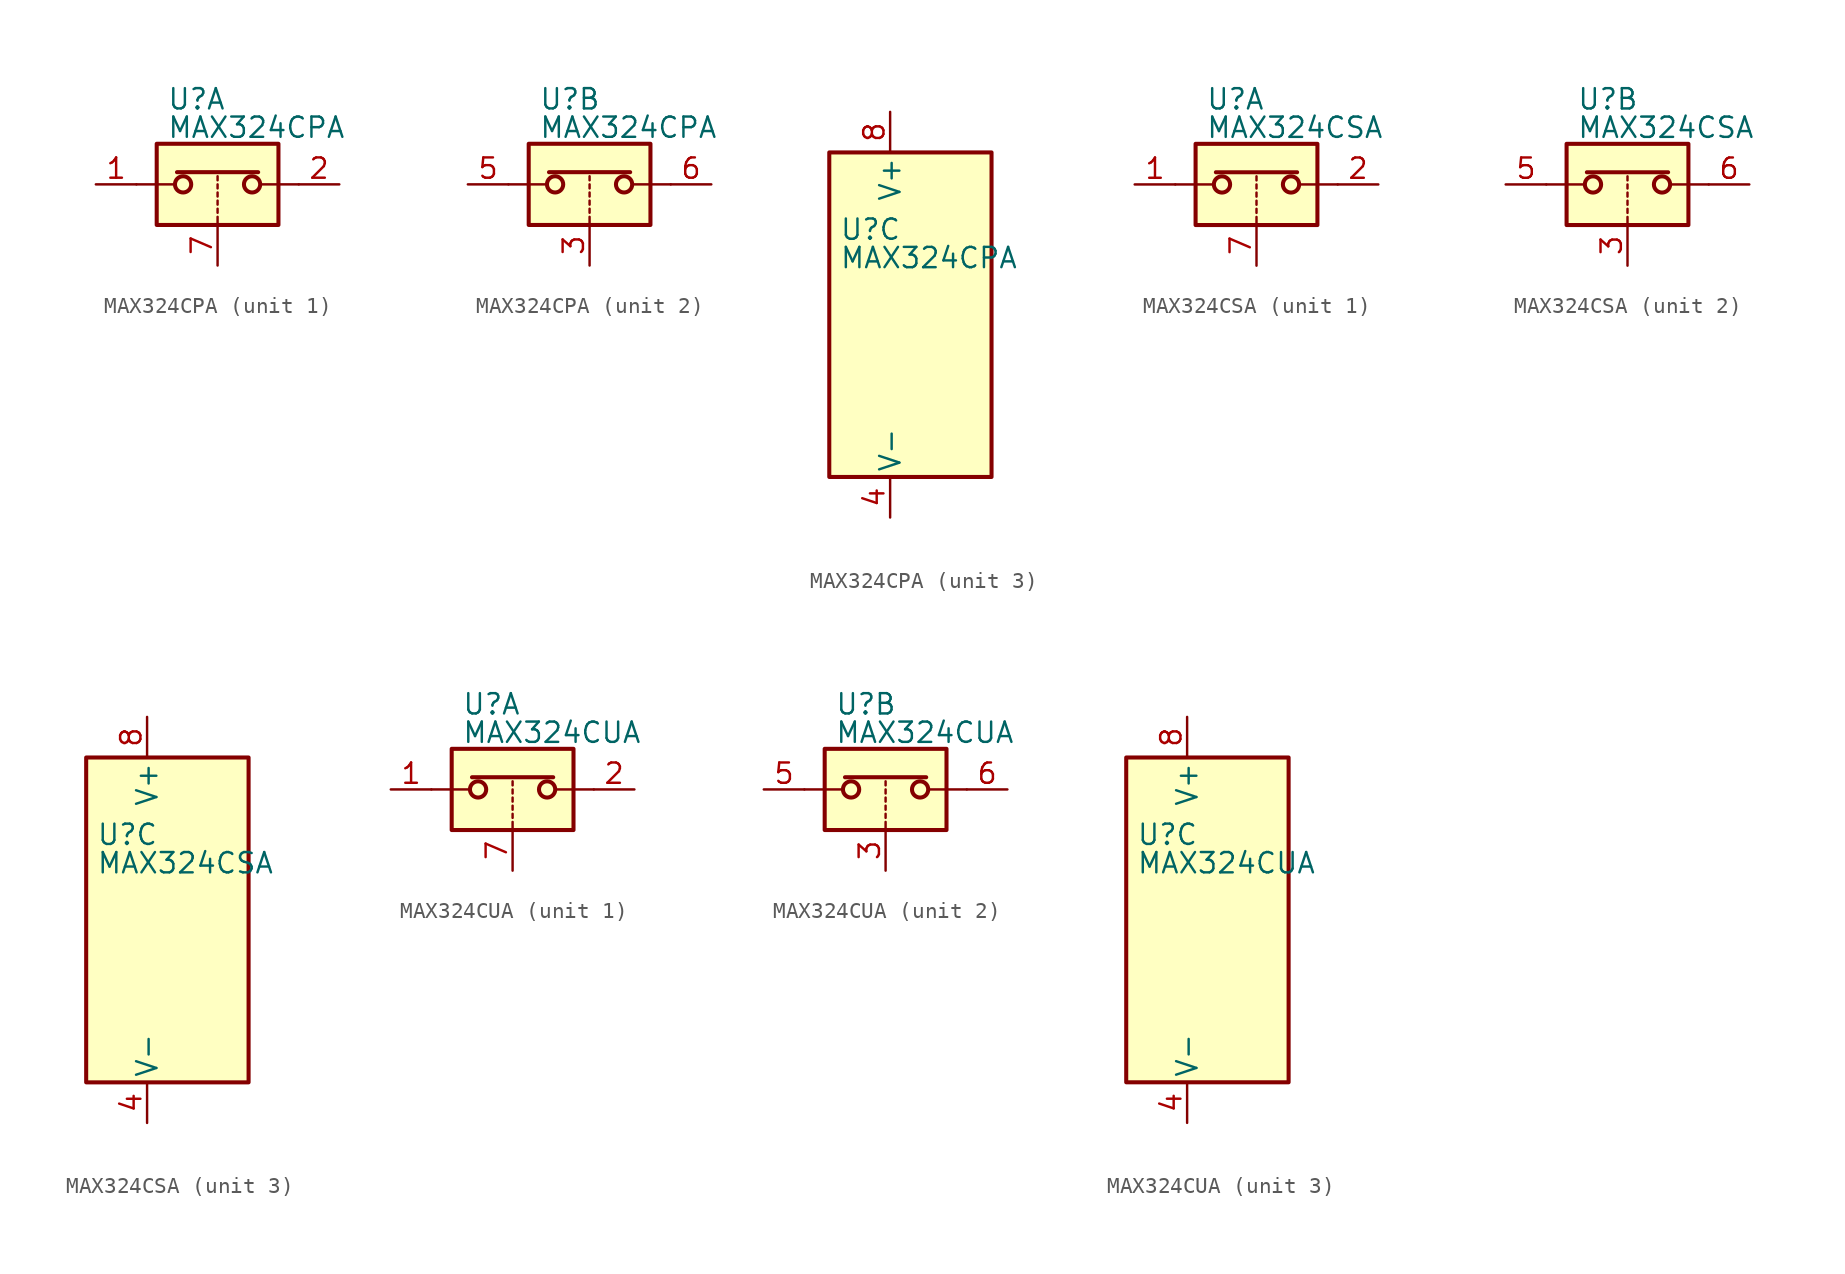
<source format=kicad_sym>
(kicad_symbol_lib
  (version 20200908)
  (generator kicad_symbol_editor)
  (symbol "Analog_Switch:MAX324CPA"
    (pin_names
      (offset 0.254))
    (property "Reference" "U"
      (at -3.175 5.334 0)
      (effects (font (size 1.27 1.27)) (justify left)))
    (property "Value" "MAX324CPA"
      (at -3.175 3.556 0)
      (effects (font (size 1.27 1.27)) (justify left)))
    (symbol "MAX324CPA_1_1"
      (circle (center -2.159 0) (radius 0.508) (stroke (width 0.254)) (fill (type none)))
      (circle (center 2.159 0) (radius 0.508) (stroke (width 0.254)) (fill (type none)))
      (rectangle (start -3.81 2.54) (end 3.81 -2.54) (stroke (width 0.254)) (fill (type background)))
      (polyline (pts (xy -5.08 0) (xy -2.794 0)) (stroke (width 0)) (fill (type none)))
      (polyline (pts (xy -2.54 0.762) (xy 2.54 0.762)) (stroke (width 0.254)) (fill (type none)))
      (polyline (pts (xy 0 -2.54) (xy 0 -2.032)) (stroke (width 0)) (fill (type none)))
      (polyline (pts (xy 0 -1.778) (xy 0 -1.524)) (stroke (width 0)) (fill (type none)))
      (polyline (pts (xy 0 -1.27) (xy 0 -1.016)) (stroke (width 0)) (fill (type none)))
      (polyline (pts (xy 0 -0.762) (xy 0 -0.508)) (stroke (width 0)) (fill (type none)))
      (polyline (pts (xy 0 -0.254) (xy 0 0)) (stroke (width 0)) (fill (type none)))
      (polyline (pts (xy 0 0.254) (xy 0 0.508)) (stroke (width 0)) (fill (type none)))
      (polyline (pts (xy 5.08 0) (xy 2.794 0)) (stroke (width 0)) (fill (type none)))
      (pin passive line (at -7.62 0 0) (length 2.54) (name "~" (effects (font (size 1.27 1.27)))) (number "1" (effects (font (size 1.27 1.27)))))
      (pin passive line (at 7.62 0 180) (length 2.54) (name "~" (effects (font (size 1.27 1.27)))) (number "2" (effects (font (size 1.27 1.27)))))
      (pin input line (at 0 -5.08 90) (length 2.54) (name "~" (effects (font (size 1.27 1.27)))) (number "7" (effects (font (size 1.27 1.27))))))
    (symbol "MAX324CPA_2_1"
      (circle (center -2.159 0) (radius 0.508) (stroke (width 0.254)) (fill (type none)))
      (circle (center 2.159 0) (radius 0.508) (stroke (width 0.254)) (fill (type none)))
      (rectangle (start -3.81 2.54) (end 3.81 -2.54) (stroke (width 0.254)) (fill (type background)))
      (polyline (pts (xy -5.08 0) (xy -2.794 0)) (stroke (width 0)) (fill (type none)))
      (polyline (pts (xy -2.54 0.762) (xy 2.54 0.762)) (stroke (width 0.254)) (fill (type none)))
      (polyline (pts (xy 0 -2.54) (xy 0 -2.032)) (stroke (width 0)) (fill (type none)))
      (polyline (pts (xy 0 -1.778) (xy 0 -1.524)) (stroke (width 0)) (fill (type none)))
      (polyline (pts (xy 0 -1.27) (xy 0 -1.016)) (stroke (width 0)) (fill (type none)))
      (polyline (pts (xy 0 -0.762) (xy 0 -0.508)) (stroke (width 0)) (fill (type none)))
      (polyline (pts (xy 0 -0.254) (xy 0 0)) (stroke (width 0)) (fill (type none)))
      (polyline (pts (xy 0 0.254) (xy 0 0.508)) (stroke (width 0)) (fill (type none)))
      (polyline (pts (xy 5.08 0) (xy 2.794 0)) (stroke (width 0)) (fill (type none)))
      (pin input line (at 0 -5.08 90) (length 2.54) (name "~" (effects (font (size 1.27 1.27)))) (number "3" (effects (font (size 1.27 1.27)))))
      (pin passive line (at -7.62 0 0) (length 2.54) (name "~" (effects (font (size 1.27 1.27)))) (number "5" (effects (font (size 1.27 1.27)))))
      (pin passive line (at 7.62 0 180) (length 2.54) (name "~" (effects (font (size 1.27 1.27)))) (number "6" (effects (font (size 1.27 1.27))))))
    (symbol "MAX324CPA_3_1"
      (rectangle (start -3.81 10.16) (end 6.35 -10.16) (stroke (width 0.254)) (fill (type background))))
    (symbol "MAX324CPA_3_0"
      (pin power_in line (at 0 -12.7 90) (length 2.54) (name "V-" (effects (font (size 1.27 1.27)))) (number "4" (effects (font (size 1.27 1.27)))))
      (pin power_in line (at 0 12.7 270) (length 2.54) (name "V+" (effects (font (size 1.27 1.27)))) (number "8" (effects (font (size 1.27 1.27)))))))
  (symbol "Analog_Switch:MAX324CSA"
    (pin_names
      (offset 0.254))
    (property "Reference" "U"
      (at -3.175 5.334 0)
      (effects (font (size 1.27 1.27)) (justify left)))
    (property "Value" "MAX324CSA"
      (at -3.175 3.556 0)
      (effects (font (size 1.27 1.27)) (justify left)))
    (symbol "MAX324CSA_1_1"
      (circle (center -2.159 0) (radius 0.508) (stroke (width 0.254)) (fill (type none)))
      (circle (center 2.159 0) (radius 0.508) (stroke (width 0.254)) (fill (type none)))
      (rectangle (start -3.81 2.54) (end 3.81 -2.54) (stroke (width 0.254)) (fill (type background)))
      (polyline (pts (xy -5.08 0) (xy -2.794 0)) (stroke (width 0)) (fill (type none)))
      (polyline (pts (xy -2.54 0.762) (xy 2.54 0.762)) (stroke (width 0.254)) (fill (type none)))
      (polyline (pts (xy 0 -2.54) (xy 0 -2.032)) (stroke (width 0)) (fill (type none)))
      (polyline (pts (xy 0 -1.778) (xy 0 -1.524)) (stroke (width 0)) (fill (type none)))
      (polyline (pts (xy 0 -1.27) (xy 0 -1.016)) (stroke (width 0)) (fill (type none)))
      (polyline (pts (xy 0 -0.762) (xy 0 -0.508)) (stroke (width 0)) (fill (type none)))
      (polyline (pts (xy 0 -0.254) (xy 0 0)) (stroke (width 0)) (fill (type none)))
      (polyline (pts (xy 0 0.254) (xy 0 0.508)) (stroke (width 0)) (fill (type none)))
      (polyline (pts (xy 5.08 0) (xy 2.794 0)) (stroke (width 0)) (fill (type none)))
      (pin passive line (at -7.62 0 0) (length 2.54) (name "~" (effects (font (size 1.27 1.27)))) (number "1" (effects (font (size 1.27 1.27)))))
      (pin passive line (at 7.62 0 180) (length 2.54) (name "~" (effects (font (size 1.27 1.27)))) (number "2" (effects (font (size 1.27 1.27)))))
      (pin input line (at 0 -5.08 90) (length 2.54) (name "~" (effects (font (size 1.27 1.27)))) (number "7" (effects (font (size 1.27 1.27))))))
    (symbol "MAX324CSA_2_1"
      (circle (center -2.159 0) (radius 0.508) (stroke (width 0.254)) (fill (type none)))
      (circle (center 2.159 0) (radius 0.508) (stroke (width 0.254)) (fill (type none)))
      (rectangle (start -3.81 2.54) (end 3.81 -2.54) (stroke (width 0.254)) (fill (type background)))
      (polyline (pts (xy -5.08 0) (xy -2.794 0)) (stroke (width 0)) (fill (type none)))
      (polyline (pts (xy -2.54 0.762) (xy 2.54 0.762)) (stroke (width 0.254)) (fill (type none)))
      (polyline (pts (xy 0 -2.54) (xy 0 -2.032)) (stroke (width 0)) (fill (type none)))
      (polyline (pts (xy 0 -1.778) (xy 0 -1.524)) (stroke (width 0)) (fill (type none)))
      (polyline (pts (xy 0 -1.27) (xy 0 -1.016)) (stroke (width 0)) (fill (type none)))
      (polyline (pts (xy 0 -0.762) (xy 0 -0.508)) (stroke (width 0)) (fill (type none)))
      (polyline (pts (xy 0 -0.254) (xy 0 0)) (stroke (width 0)) (fill (type none)))
      (polyline (pts (xy 0 0.254) (xy 0 0.508)) (stroke (width 0)) (fill (type none)))
      (polyline (pts (xy 5.08 0) (xy 2.794 0)) (stroke (width 0)) (fill (type none)))
      (pin input line (at 0 -5.08 90) (length 2.54) (name "~" (effects (font (size 1.27 1.27)))) (number "3" (effects (font (size 1.27 1.27)))))
      (pin passive line (at -7.62 0 0) (length 2.54) (name "~" (effects (font (size 1.27 1.27)))) (number "5" (effects (font (size 1.27 1.27)))))
      (pin passive line (at 7.62 0 180) (length 2.54) (name "~" (effects (font (size 1.27 1.27)))) (number "6" (effects (font (size 1.27 1.27))))))
    (symbol "MAX324CSA_3_1"
      (rectangle (start -3.81 10.16) (end 6.35 -10.16) (stroke (width 0.254)) (fill (type background))))
    (symbol "MAX324CSA_3_0"
      (pin power_in line (at 0 -12.7 90) (length 2.54) (name "V-" (effects (font (size 1.27 1.27)))) (number "4" (effects (font (size 1.27 1.27)))))
      (pin power_in line (at 0 12.7 270) (length 2.54) (name "V+" (effects (font (size 1.27 1.27)))) (number "8" (effects (font (size 1.27 1.27)))))))
  (symbol "Analog_Switch:MAX324CUA"
    (pin_names
      (offset 0.254))
    (property "Reference" "U"
      (at -3.175 5.334 0)
      (effects (font (size 1.27 1.27)) (justify left)))
    (property "Value" "MAX324CUA"
      (at -3.175 3.556 0)
      (effects (font (size 1.27 1.27)) (justify left)))
    (symbol "MAX324CUA_1_1"
      (circle (center -2.159 0) (radius 0.508) (stroke (width 0.254)) (fill (type none)))
      (circle (center 2.159 0) (radius 0.508) (stroke (width 0.254)) (fill (type none)))
      (rectangle (start -3.81 2.54) (end 3.81 -2.54) (stroke (width 0.254)) (fill (type background)))
      (polyline (pts (xy -5.08 0) (xy -2.794 0)) (stroke (width 0)) (fill (type none)))
      (polyline (pts (xy -2.54 0.762) (xy 2.54 0.762)) (stroke (width 0.254)) (fill (type none)))
      (polyline (pts (xy 0 -2.54) (xy 0 -2.032)) (stroke (width 0)) (fill (type none)))
      (polyline (pts (xy 0 -1.778) (xy 0 -1.524)) (stroke (width 0)) (fill (type none)))
      (polyline (pts (xy 0 -1.27) (xy 0 -1.016)) (stroke (width 0)) (fill (type none)))
      (polyline (pts (xy 0 -0.762) (xy 0 -0.508)) (stroke (width 0)) (fill (type none)))
      (polyline (pts (xy 0 -0.254) (xy 0 0)) (stroke (width 0)) (fill (type none)))
      (polyline (pts (xy 0 0.254) (xy 0 0.508)) (stroke (width 0)) (fill (type none)))
      (polyline (pts (xy 5.08 0) (xy 2.794 0)) (stroke (width 0)) (fill (type none)))
      (pin passive line (at -7.62 0 0) (length 2.54) (name "~" (effects (font (size 1.27 1.27)))) (number "1" (effects (font (size 1.27 1.27)))))
      (pin passive line (at 7.62 0 180) (length 2.54) (name "~" (effects (font (size 1.27 1.27)))) (number "2" (effects (font (size 1.27 1.27)))))
      (pin input line (at 0 -5.08 90) (length 2.54) (name "~" (effects (font (size 1.27 1.27)))) (number "7" (effects (font (size 1.27 1.27))))))
    (symbol "MAX324CUA_2_1"
      (circle (center -2.159 0) (radius 0.508) (stroke (width 0.254)) (fill (type none)))
      (circle (center 2.159 0) (radius 0.508) (stroke (width 0.254)) (fill (type none)))
      (rectangle (start -3.81 2.54) (end 3.81 -2.54) (stroke (width 0.254)) (fill (type background)))
      (polyline (pts (xy -5.08 0) (xy -2.794 0)) (stroke (width 0)) (fill (type none)))
      (polyline (pts (xy -2.54 0.762) (xy 2.54 0.762)) (stroke (width 0.254)) (fill (type none)))
      (polyline (pts (xy 0 -2.54) (xy 0 -2.032)) (stroke (width 0)) (fill (type none)))
      (polyline (pts (xy 0 -1.778) (xy 0 -1.524)) (stroke (width 0)) (fill (type none)))
      (polyline (pts (xy 0 -1.27) (xy 0 -1.016)) (stroke (width 0)) (fill (type none)))
      (polyline (pts (xy 0 -0.762) (xy 0 -0.508)) (stroke (width 0)) (fill (type none)))
      (polyline (pts (xy 0 -0.254) (xy 0 0)) (stroke (width 0)) (fill (type none)))
      (polyline (pts (xy 0 0.254) (xy 0 0.508)) (stroke (width 0)) (fill (type none)))
      (polyline (pts (xy 5.08 0) (xy 2.794 0)) (stroke (width 0)) (fill (type none)))
      (pin input line (at 0 -5.08 90) (length 2.54) (name "~" (effects (font (size 1.27 1.27)))) (number "3" (effects (font (size 1.27 1.27)))))
      (pin passive line (at -7.62 0 0) (length 2.54) (name "~" (effects (font (size 1.27 1.27)))) (number "5" (effects (font (size 1.27 1.27)))))
      (pin passive line (at 7.62 0 180) (length 2.54) (name "~" (effects (font (size 1.27 1.27)))) (number "6" (effects (font (size 1.27 1.27))))))
    (symbol "MAX324CUA_3_1"
      (rectangle (start -3.81 10.16) (end 6.35 -10.16) (stroke (width 0.254)) (fill (type background))))
    (symbol "MAX324CUA_3_0"
      (pin power_in line (at 0 -12.7 90) (length 2.54) (name "V-" (effects (font (size 1.27 1.27)))) (number "4" (effects (font (size 1.27 1.27)))))
      (pin power_in line (at 0 12.7 270) (length 2.54) (name "V+" (effects (font (size 1.27 1.27)))) (number "8" (effects (font (size 1.27 1.27))))))))
</source>
